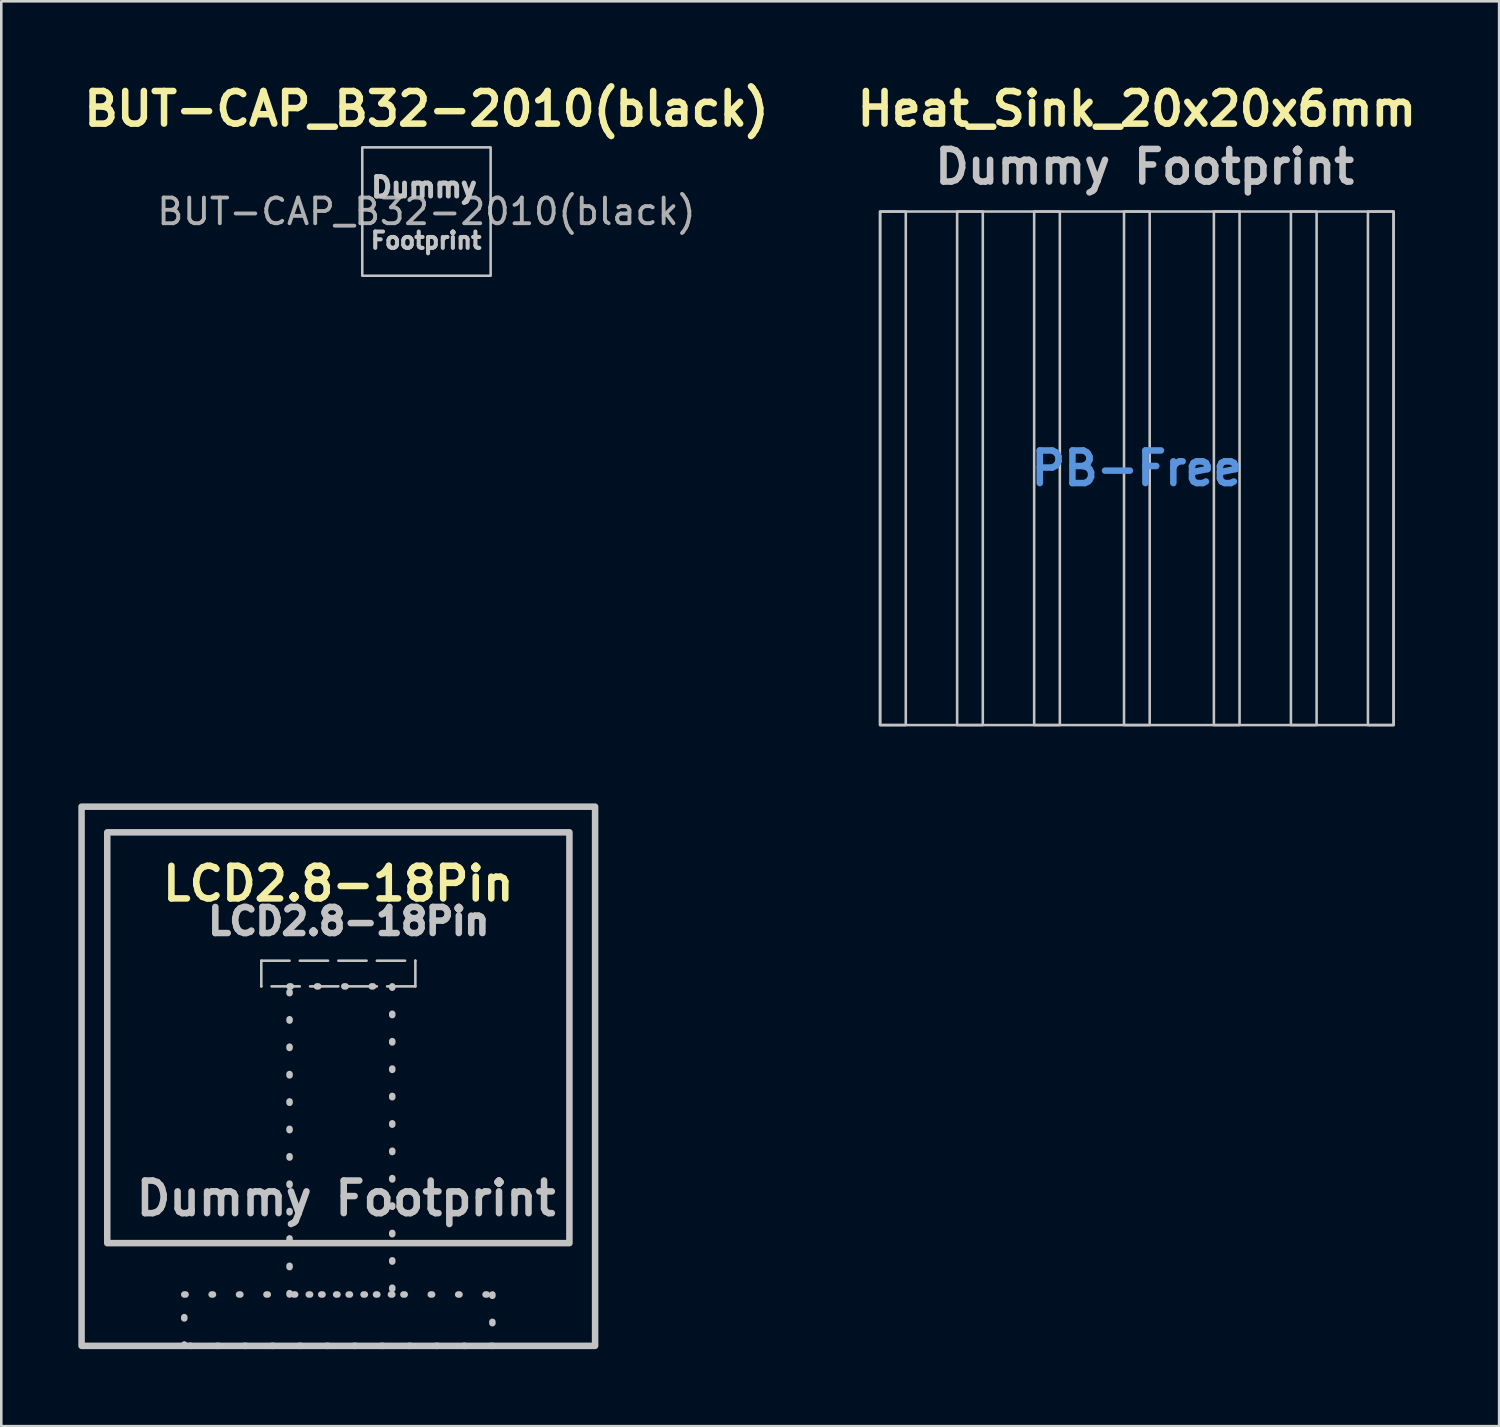
<source format=kicad_pcb>
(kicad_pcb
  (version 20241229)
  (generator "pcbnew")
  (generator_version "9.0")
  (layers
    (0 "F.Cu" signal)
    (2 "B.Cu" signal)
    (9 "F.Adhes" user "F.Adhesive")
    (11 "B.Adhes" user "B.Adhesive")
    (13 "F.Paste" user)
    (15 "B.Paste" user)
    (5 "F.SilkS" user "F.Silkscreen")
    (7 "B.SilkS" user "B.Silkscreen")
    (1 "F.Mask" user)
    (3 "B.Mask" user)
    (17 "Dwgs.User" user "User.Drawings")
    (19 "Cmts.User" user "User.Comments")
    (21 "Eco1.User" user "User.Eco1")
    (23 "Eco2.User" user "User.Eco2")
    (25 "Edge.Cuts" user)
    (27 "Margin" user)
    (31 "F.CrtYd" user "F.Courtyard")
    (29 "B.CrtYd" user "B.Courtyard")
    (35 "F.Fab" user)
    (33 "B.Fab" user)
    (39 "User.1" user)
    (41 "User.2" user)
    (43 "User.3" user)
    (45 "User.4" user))
  (footprint "Heat_Sink_20x20x6mm"
    (layer "F.Cu")
    (at 41.227 15.189)
    (property "Reference" "Heat_Sink_20x20x6mm" (at 0 -14 180) (layer "F.SilkS") (effects (font (size 1.27 1.27) (thickness 0.254))))
    (attr exclude_from_pos_files allow_missing_courtyard)
    (fp_rect (start -10 -10) (end -9 10) (stroke (width 0.1) (type solid)) (fill no) (layer "Dwgs.User"))
    (fp_rect (start -10 -10) (end 10 10) (stroke (width 0.1) (type default)) (fill no) (layer "Dwgs.User"))
    (fp_rect (start -7 -10) (end -6 10) (stroke (width 0.1) (type solid)) (fill no) (layer "Dwgs.User"))
    (fp_rect (start -4 -10) (end -3 10) (stroke (width 0.1) (type solid)) (fill no) (layer "Dwgs.User"))
    (fp_rect (start -0.5 -10) (end 0.5 10) (stroke (width 0.1) (type solid)) (fill no) (layer "Dwgs.User"))
    (fp_rect (start 3 -10) (end 4 10) (stroke (width 0.1) (type solid)) (fill no) (layer "Dwgs.User"))
    (fp_rect (start 6 -10) (end 7 10) (stroke (width 0.1) (type solid)) (fill no) (layer "Dwgs.User"))
    (fp_rect (start 9 -10) (end 10 10) (stroke (width 0.1) (type solid)) (fill no) (layer "Dwgs.User"))
    (fp_text user "Dummy Footprint" (at -8 -11 0) (unlocked yes) (layer "Dwgs.User") (effects (font (size 1.27 1.27) (thickness 0.254) (bold yes)) (justify left bottom)))
    (fp_text user "PB-Free" (at 0 0 0) (layer "Cmts.User") (effects (font (size 1.27 1.27) (thickness 0.254)))))
  (footprint "BUT-CAP_B32-2010(black)"
    (layer "F.Cu")
    (at 13.559 5.189)
    (property "Reference" "BUT-CAP_B32-2010(black)" (at 0 -4 0) (unlocked yes) (layer "F.SilkS") (effects (font (size 1.27 1.27) (thickness 0.254))))
    (attr exclude_from_pos_files allow_missing_courtyard)
    (fp_rect (start -2.5 -2.5) (end 2.5 2.5) (stroke (width 0.1) (type default)) (fill no) (layer "Dwgs.User"))
    (fp_text user "Dummy" (at -2.25 -0.5 0) (unlocked yes) (layer "Dwgs.User") (effects (font (size 0.762 0.762) (thickness 0.191) (bold yes)) (justify left bottom)))
    (fp_text user "Footprint" (at -2.25 1.5 0) (unlocked yes) (layer "Dwgs.User") (effects (font (size 0.635 0.635) (thickness 0.159) (bold yes)) (justify left bottom)))
    (fp_text user "${REFERENCE}" (at 0 0 0) (unlocked yes) (layer "F.Fab") (effects (font (size 1 1) (thickness 0.15)))))
  (footprint "LCD2.8-18Pin"
    (layer "F.Cu")
    (at 10.127 38.366)
    (property "Reference" "LCD2.8-18Pin" (at 0 -7 180) (layer "F.SilkS") (effects (font (size 1.27 1.27) (thickness 0.254))))
    (attr exclude_from_pos_files allow_missing_courtyard)
    (fp_rect (start -10 -10) (end 10 11) (stroke (width 0.254) (type default)) (fill no) (layer "Dwgs.User"))
    (fp_rect (start -9 -9) (end 9 7) (stroke (width 0.254) (type default)) (fill no) (layer "Dwgs.User"))
    (fp_rect (start -6 9) (end 6 11) (stroke (width 0.254) (type dot)) (fill no) (layer "Dwgs.User"))
    (fp_rect (start -3 -4) (end 3 -3) (stroke (width 0.1) (type dash)) (fill no) (layer "Dwgs.User"))
    (fp_rect (start -1.9 -3) (end 2.1 9) (stroke (width 0.254) (type dot)) (fill no) (layer "Dwgs.User"))
    (fp_text user "Dummy Footprint" (at -8 6 0) (unlocked yes) (layer "Dwgs.User") (effects (font (size 1.27 1.27) (thickness 0.254) (bold yes)) (justify left bottom)))
    (fp_text user "LCD2.8-18Pin" (at -5.2 -4.94 0) (unlocked yes) (layer "Dwgs.User") (effects (font (size 1.016 1.016) (thickness 0.254) (bold yes)) (justify left bottom))))
  (gr_rect
    (start -3 -3)
    (end 55.336 52.493)
    (stroke (width 0.1) (type default))
    (fill no)
    (layer "Edge.Cuts")))
</source>
